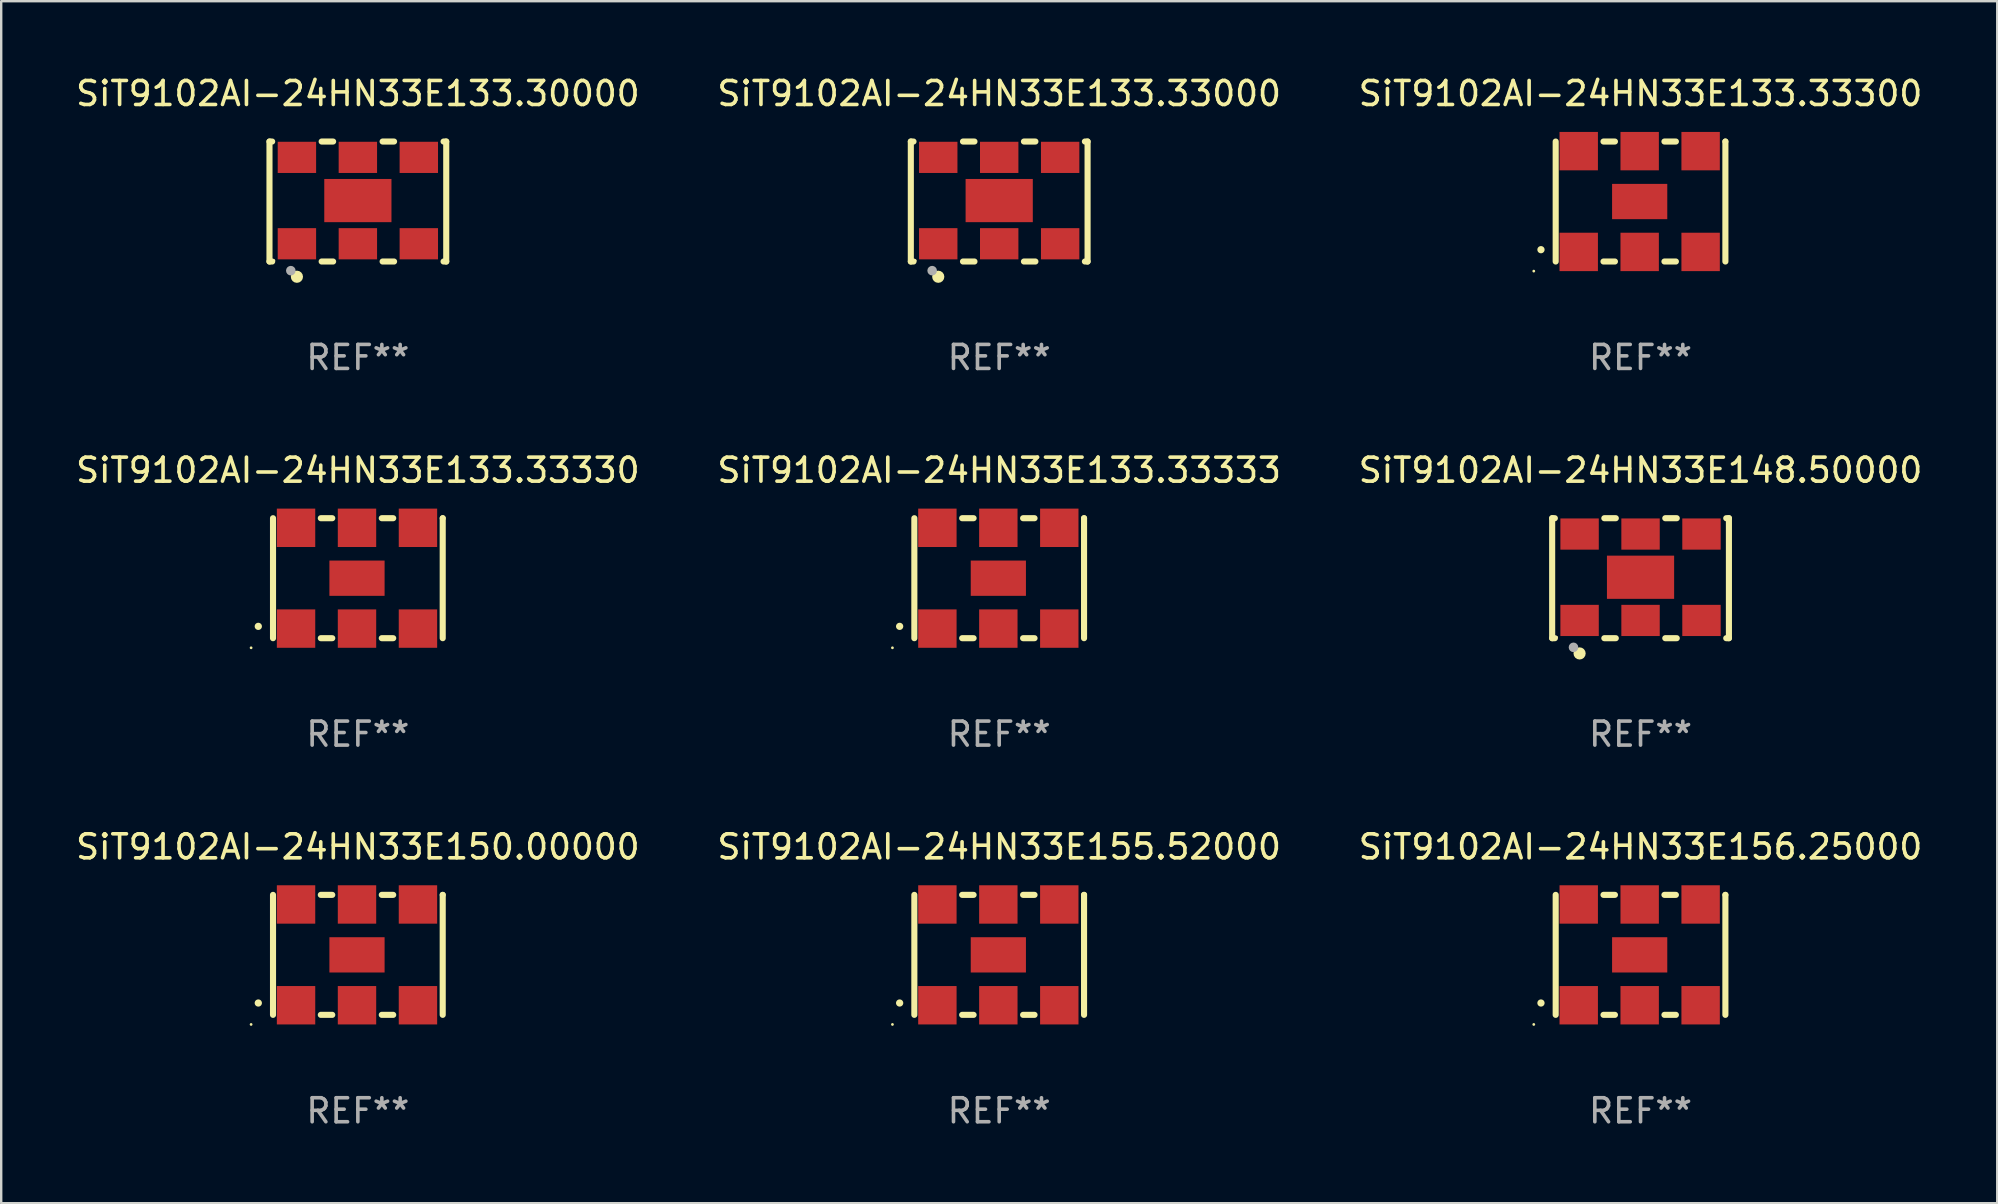
<source format=kicad_pcb>
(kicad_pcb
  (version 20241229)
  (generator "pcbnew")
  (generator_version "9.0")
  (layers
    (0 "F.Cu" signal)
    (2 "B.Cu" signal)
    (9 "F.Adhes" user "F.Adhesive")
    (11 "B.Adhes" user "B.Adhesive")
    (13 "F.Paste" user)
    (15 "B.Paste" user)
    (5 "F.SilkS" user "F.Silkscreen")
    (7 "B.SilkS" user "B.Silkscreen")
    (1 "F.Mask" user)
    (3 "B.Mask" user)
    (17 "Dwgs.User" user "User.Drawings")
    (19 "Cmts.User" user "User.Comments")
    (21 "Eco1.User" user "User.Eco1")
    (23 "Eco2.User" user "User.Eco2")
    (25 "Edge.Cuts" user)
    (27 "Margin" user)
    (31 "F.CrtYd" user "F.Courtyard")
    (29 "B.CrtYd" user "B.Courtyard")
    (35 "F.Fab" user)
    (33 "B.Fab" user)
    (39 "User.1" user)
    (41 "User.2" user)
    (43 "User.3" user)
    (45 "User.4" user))
  (footprint "SiT9102AI-24HN33E150.00000"
    (layer "F.Cu")
    (at 11.863 36.741)
    (property "Reference" "SiT9102AI-24HN33E150.00000" (at 0 -4.5 0) (layer "F.SilkS") (effects (font (size 1 1) (thickness 0.15))))
    (attr through_hole)
    (fp_line (start -3.536 -2.5) (end -3.536 2.5) (stroke (width 0.254) (type solid)) (layer "F.SilkS"))
    (fp_line (start -1.544 2.5) (end -1.067 2.5) (stroke (width 0.254) (type solid)) (layer "F.SilkS"))
    (fp_line (start -1.067 -2.5) (end -1.544 -2.5) (stroke (width 0.254) (type solid)) (layer "F.SilkS"))
    (fp_line (start 0.996 2.5) (end 1.473 2.5) (stroke (width 0.254) (type solid)) (layer "F.SilkS"))
    (fp_line (start 1.473 -2.5) (end 0.996 -2.5) (stroke (width 0.254) (type solid)) (layer "F.SilkS"))
    (fp_line (start 3.536 -2.5) (end 3.536 -2.5) (stroke (width 0.254) (type solid)) (layer "F.SilkS"))
    (fp_line (start 3.536 2.5) (end 3.536 -2.5) (stroke (width 0.254) (type solid)) (layer "F.SilkS"))
    (fp_arc (start -4.150432 2.006604) (mid -4.149162 2.006599) (end -4.147892 2.006604) (stroke (width 0.3) (type solid)) (layer "F.SilkS"))
    (fp_circle (center -4.449 2.9) (end -4.419 2.9) (stroke (width 0.06) (type solid)) (fill no) (layer "F.SilkS"))
    (fp_text user "REF**" (at 0 6.5 0) (layer "F.Fab") (effects (font (size 1 1) (thickness 0.15))))
    (pad "1" smd rect (at -2.576 2.1) (size 1.6 1.6) (layers "F.Cu" "F.Mask" "F.Paste"))
    (pad "2" smd rect (at -0.036 2.1) (size 1.6 1.6) (layers "F.Cu" "F.Mask" "F.Paste"))
    (pad "3" smd rect (at 2.504 2.1) (size 1.6 1.6) (layers "F.Cu" "F.Mask" "F.Paste"))
    (pad "4" smd rect (at 2.504 -2.1) (size 1.6 1.6) (layers "F.Cu" "F.Mask" "F.Paste"))
    (pad "5" smd rect (at -0.036 -2.1) (size 1.6 1.6) (layers "F.Cu" "F.Mask" "F.Paste"))
    (pad "6" smd rect (at -2.576 -2.1) (size 1.6 1.6) (layers "F.Cu" "F.Mask" "F.Paste"))
    (pad "7" smd rect (at -0.036 0) (size 2.3 1.47) (layers "F.Cu" "F.Mask" "F.Paste")))
  (footprint "SiT9102AI-24HN33E155.52000"
    (layer "F.Cu")
    (at 38.589 36.741)
    (property "Reference" "SiT9102AI-24HN33E155.52000" (at 0 -4.5 0) (layer "F.SilkS") (effects (font (size 1 1) (thickness 0.15))))
    (attr through_hole)
    (fp_line (start -3.536 -2.5) (end -3.536 2.5) (stroke (width 0.254) (type solid)) (layer "F.SilkS"))
    (fp_line (start -1.544 2.5) (end -1.067 2.5) (stroke (width 0.254) (type solid)) (layer "F.SilkS"))
    (fp_line (start -1.067 -2.5) (end -1.544 -2.5) (stroke (width 0.254) (type solid)) (layer "F.SilkS"))
    (fp_line (start 0.996 2.5) (end 1.473 2.5) (stroke (width 0.254) (type solid)) (layer "F.SilkS"))
    (fp_line (start 1.473 -2.5) (end 0.996 -2.5) (stroke (width 0.254) (type solid)) (layer "F.SilkS"))
    (fp_line (start 3.536 -2.5) (end 3.536 -2.5) (stroke (width 0.254) (type solid)) (layer "F.SilkS"))
    (fp_line (start 3.536 2.5) (end 3.536 -2.5) (stroke (width 0.254) (type solid)) (layer "F.SilkS"))
    (fp_arc (start -4.150432 2.006604) (mid -4.149162 2.006599) (end -4.147892 2.006604) (stroke (width 0.3) (type solid)) (layer "F.SilkS"))
    (fp_circle (center -4.449 2.9) (end -4.419 2.9) (stroke (width 0.06) (type solid)) (fill no) (layer "F.SilkS"))
    (fp_text user "REF**" (at 0 6.5 0) (layer "F.Fab") (effects (font (size 1 1) (thickness 0.15))))
    (pad "1" smd rect (at -2.576 2.1) (size 1.6 1.6) (layers "F.Cu" "F.Mask" "F.Paste"))
    (pad "2" smd rect (at -0.036 2.1) (size 1.6 1.6) (layers "F.Cu" "F.Mask" "F.Paste"))
    (pad "3" smd rect (at 2.504 2.1) (size 1.6 1.6) (layers "F.Cu" "F.Mask" "F.Paste"))
    (pad "4" smd rect (at 2.504 -2.1) (size 1.6 1.6) (layers "F.Cu" "F.Mask" "F.Paste"))
    (pad "5" smd rect (at -0.036 -2.1) (size 1.6 1.6) (layers "F.Cu" "F.Mask" "F.Paste"))
    (pad "6" smd rect (at -2.576 -2.1) (size 1.6 1.6) (layers "F.Cu" "F.Mask" "F.Paste"))
    (pad "7" smd rect (at -0.036 0) (size 2.3 1.47) (layers "F.Cu" "F.Mask" "F.Paste")))
  (footprint "SiT9102AI-24HN33E133.33000"
    (layer "F.Cu")
    (at 38.589 5.348)
    (property "Reference" "SiT9102AI-24HN33E133.33000" (at 0 -4.5 0) (layer "F.SilkS") (effects (font (size 1 1) (thickness 0.15))))
    (attr through_hole)
    (fp_line (start -3.683 -2.5) (end -3.571 -2.5) (stroke (width 0.254) (type solid)) (layer "F.SilkS"))
    (fp_line (start -3.683 2.5) (end -3.683 -2.5) (stroke (width 0.254) (type solid)) (layer "F.SilkS"))
    (fp_line (start -3.683 2.5) (end -3.571 2.5) (stroke (width 0.254) (type solid)) (layer "F.SilkS"))
    (fp_line (start -1.509 -2.5) (end -1.031 -2.5) (stroke (width 0.254) (type solid)) (layer "F.SilkS"))
    (fp_line (start -1.509 2.5) (end -1.031 2.5) (stroke (width 0.254) (type solid)) (layer "F.SilkS"))
    (fp_line (start 1.031 -2.5) (end 1.509 -2.5) (stroke (width 0.254) (type solid)) (layer "F.SilkS"))
    (fp_line (start 1.031 2.5) (end 1.509 2.5) (stroke (width 0.254) (type solid)) (layer "F.SilkS"))
    (fp_line (start 3.571 -2.5) (end 3.683 -2.5) (stroke (width 0.254) (type solid)) (layer "F.SilkS"))
    (fp_line (start 3.571 2.5) (end 3.683 2.5) (stroke (width 0.254) (type solid)) (layer "F.SilkS"))
    (fp_line (start 3.683 2.5) (end 3.683 -2.5) (stroke (width 0.254) (type solid)) (layer "F.SilkS"))
    (fp_circle (center -3.5 2.46) (end -3.47 2.46) (stroke (width 0.06) (type solid)) (fill no) (layer "F.SilkS"))
    (fp_circle (center -2.54 3.135) (end -2.413 3.135) (stroke (width 0.254) (type solid)) (fill no) (layer "F.SilkS"))
    (fp_circle (center -2.794 2.881) (end -2.694 2.881) (stroke (width 0.2) (type solid)) (fill no) (layer "F.Fab"))
    (fp_text user "REF**" (at 0 6.5 0) (layer "F.Fab") (effects (font (size 1 1) (thickness 0.15))))
    (pad "1" smd rect (at -2.54 1.76) (size 1.6 1.3) (layers "F.Cu" "F.Mask" "F.Paste"))
    (pad "2" smd rect (at 0 1.76) (size 1.6 1.3) (layers "F.Cu" "F.Mask" "F.Paste"))
    (pad "3" smd rect (at 2.54 1.76) (size 1.6 1.3) (layers "F.Cu" "F.Mask" "F.Paste"))
    (pad "4" smd rect (at 2.54 -1.84) (size 1.6 1.3) (layers "F.Cu" "F.Mask" "F.Paste"))
    (pad "5" smd rect (at 0 -1.84) (size 1.6 1.3) (layers "F.Cu" "F.Mask" "F.Paste"))
    (pad "6" smd rect (at -2.54 -1.84) (size 1.6 1.3) (layers "F.Cu" "F.Mask" "F.Paste"))
    (pad "7" smd rect (at 0 -0.04) (size 2.8 1.8) (layers "F.Cu" "F.Mask" "F.Paste")))
  (footprint "SiT9102AI-24HN33E133.33330"
    (layer "F.Cu")
    (at 11.863 21.045)
    (property "Reference" "SiT9102AI-24HN33E133.33330" (at 0 -4.5 0) (layer "F.SilkS") (effects (font (size 1 1) (thickness 0.15))))
    (attr through_hole)
    (fp_line (start -3.536 -2.5) (end -3.536 2.5) (stroke (width 0.254) (type solid)) (layer "F.SilkS"))
    (fp_line (start -1.544 2.5) (end -1.067 2.5) (stroke (width 0.254) (type solid)) (layer "F.SilkS"))
    (fp_line (start -1.067 -2.5) (end -1.544 -2.5) (stroke (width 0.254) (type solid)) (layer "F.SilkS"))
    (fp_line (start 0.996 2.5) (end 1.473 2.5) (stroke (width 0.254) (type solid)) (layer "F.SilkS"))
    (fp_line (start 1.473 -2.5) (end 0.996 -2.5) (stroke (width 0.254) (type solid)) (layer "F.SilkS"))
    (fp_line (start 3.536 -2.5) (end 3.536 -2.5) (stroke (width 0.254) (type solid)) (layer "F.SilkS"))
    (fp_line (start 3.536 2.5) (end 3.536 -2.5) (stroke (width 0.254) (type solid)) (layer "F.SilkS"))
    (fp_arc (start -4.150432 2.006604) (mid -4.149162 2.006599) (end -4.147892 2.006604) (stroke (width 0.3) (type solid)) (layer "F.SilkS"))
    (fp_circle (center -4.449 2.9) (end -4.419 2.9) (stroke (width 0.06) (type solid)) (fill no) (layer "F.SilkS"))
    (fp_text user "REF**" (at 0 6.5 0) (layer "F.Fab") (effects (font (size 1 1) (thickness 0.15))))
    (pad "1" smd rect (at -2.576 2.1) (size 1.6 1.6) (layers "F.Cu" "F.Mask" "F.Paste"))
    (pad "2" smd rect (at -0.036 2.1) (size 1.6 1.6) (layers "F.Cu" "F.Mask" "F.Paste"))
    (pad "3" smd rect (at 2.504 2.1) (size 1.6 1.6) (layers "F.Cu" "F.Mask" "F.Paste"))
    (pad "4" smd rect (at 2.504 -2.1) (size 1.6 1.6) (layers "F.Cu" "F.Mask" "F.Paste"))
    (pad "5" smd rect (at -0.036 -2.1) (size 1.6 1.6) (layers "F.Cu" "F.Mask" "F.Paste"))
    (pad "6" smd rect (at -2.576 -2.1) (size 1.6 1.6) (layers "F.Cu" "F.Mask" "F.Paste"))
    (pad "7" smd rect (at -0.036 0) (size 2.3 1.47) (layers "F.Cu" "F.Mask" "F.Paste")))
  (footprint "SiT9102AI-24HN33E133.33333"
    (layer "F.Cu")
    (at 38.589 21.045)
    (property "Reference" "SiT9102AI-24HN33E133.33333" (at 0 -4.5 0) (layer "F.SilkS") (effects (font (size 1 1) (thickness 0.15))))
    (attr through_hole)
    (fp_line (start -3.536 -2.5) (end -3.536 2.5) (stroke (width 0.254) (type solid)) (layer "F.SilkS"))
    (fp_line (start -1.544 2.5) (end -1.067 2.5) (stroke (width 0.254) (type solid)) (layer "F.SilkS"))
    (fp_line (start -1.067 -2.5) (end -1.544 -2.5) (stroke (width 0.254) (type solid)) (layer "F.SilkS"))
    (fp_line (start 0.996 2.5) (end 1.473 2.5) (stroke (width 0.254) (type solid)) (layer "F.SilkS"))
    (fp_line (start 1.473 -2.5) (end 0.996 -2.5) (stroke (width 0.254) (type solid)) (layer "F.SilkS"))
    (fp_line (start 3.536 -2.5) (end 3.536 -2.5) (stroke (width 0.254) (type solid)) (layer "F.SilkS"))
    (fp_line (start 3.536 2.5) (end 3.536 -2.5) (stroke (width 0.254) (type solid)) (layer "F.SilkS"))
    (fp_arc (start -4.150432 2.006604) (mid -4.149162 2.006599) (end -4.147892 2.006604) (stroke (width 0.3) (type solid)) (layer "F.SilkS"))
    (fp_circle (center -4.449 2.9) (end -4.419 2.9) (stroke (width 0.06) (type solid)) (fill no) (layer "F.SilkS"))
    (fp_text user "REF**" (at 0 6.5 0) (layer "F.Fab") (effects (font (size 1 1) (thickness 0.15))))
    (pad "1" smd rect (at -2.576 2.1) (size 1.6 1.6) (layers "F.Cu" "F.Mask" "F.Paste"))
    (pad "2" smd rect (at -0.036 2.1) (size 1.6 1.6) (layers "F.Cu" "F.Mask" "F.Paste"))
    (pad "3" smd rect (at 2.504 2.1) (size 1.6 1.6) (layers "F.Cu" "F.Mask" "F.Paste"))
    (pad "4" smd rect (at 2.504 -2.1) (size 1.6 1.6) (layers "F.Cu" "F.Mask" "F.Paste"))
    (pad "5" smd rect (at -0.036 -2.1) (size 1.6 1.6) (layers "F.Cu" "F.Mask" "F.Paste"))
    (pad "6" smd rect (at -2.576 -2.1) (size 1.6 1.6) (layers "F.Cu" "F.Mask" "F.Paste"))
    (pad "7" smd rect (at -0.036 0) (size 2.3 1.47) (layers "F.Cu" "F.Mask" "F.Paste")))
  (footprint "SiT9102AI-24HN33E133.30000"
    (layer "F.Cu")
    (at 11.863 5.348)
    (property "Reference" "SiT9102AI-24HN33E133.30000" (at 0 -4.5 0) (layer "F.SilkS") (effects (font (size 1 1) (thickness 0.15))))
    (attr through_hole)
    (fp_line (start -3.683 -2.5) (end -3.571 -2.5) (stroke (width 0.254) (type solid)) (layer "F.SilkS"))
    (fp_line (start -3.683 2.5) (end -3.683 -2.5) (stroke (width 0.254) (type solid)) (layer "F.SilkS"))
    (fp_line (start -3.683 2.5) (end -3.571 2.5) (stroke (width 0.254) (type solid)) (layer "F.SilkS"))
    (fp_line (start -1.509 -2.5) (end -1.031 -2.5) (stroke (width 0.254) (type solid)) (layer "F.SilkS"))
    (fp_line (start -1.509 2.5) (end -1.031 2.5) (stroke (width 0.254) (type solid)) (layer "F.SilkS"))
    (fp_line (start 1.031 -2.5) (end 1.509 -2.5) (stroke (width 0.254) (type solid)) (layer "F.SilkS"))
    (fp_line (start 1.031 2.5) (end 1.509 2.5) (stroke (width 0.254) (type solid)) (layer "F.SilkS"))
    (fp_line (start 3.571 -2.5) (end 3.683 -2.5) (stroke (width 0.254) (type solid)) (layer "F.SilkS"))
    (fp_line (start 3.571 2.5) (end 3.683 2.5) (stroke (width 0.254) (type solid)) (layer "F.SilkS"))
    (fp_line (start 3.683 2.5) (end 3.683 -2.5) (stroke (width 0.254) (type solid)) (layer "F.SilkS"))
    (fp_circle (center -3.5 2.46) (end -3.47 2.46) (stroke (width 0.06) (type solid)) (fill no) (layer "F.SilkS"))
    (fp_circle (center -2.54 3.135) (end -2.413 3.135) (stroke (width 0.254) (type solid)) (fill no) (layer "F.SilkS"))
    (fp_circle (center -2.794 2.881) (end -2.694 2.881) (stroke (width 0.2) (type solid)) (fill no) (layer "F.Fab"))
    (fp_text user "REF**" (at 0 6.5 0) (layer "F.Fab") (effects (font (size 1 1) (thickness 0.15))))
    (pad "1" smd rect (at -2.54 1.76) (size 1.6 1.3) (layers "F.Cu" "F.Mask" "F.Paste"))
    (pad "2" smd rect (at 0 1.76) (size 1.6 1.3) (layers "F.Cu" "F.Mask" "F.Paste"))
    (pad "3" smd rect (at 2.54 1.76) (size 1.6 1.3) (layers "F.Cu" "F.Mask" "F.Paste"))
    (pad "4" smd rect (at 2.54 -1.84) (size 1.6 1.3) (layers "F.Cu" "F.Mask" "F.Paste"))
    (pad "5" smd rect (at 0 -1.84) (size 1.6 1.3) (layers "F.Cu" "F.Mask" "F.Paste"))
    (pad "6" smd rect (at -2.54 -1.84) (size 1.6 1.3) (layers "F.Cu" "F.Mask" "F.Paste"))
    (pad "7" smd rect (at 0 -0.04) (size 2.8 1.8) (layers "F.Cu" "F.Mask" "F.Paste")))
  (footprint "SiT9102AI-24HN33E133.33300"
    (layer "F.Cu")
    (at 65.315 5.348)
    (property "Reference" "SiT9102AI-24HN33E133.33300" (at 0 -4.5 0) (layer "F.SilkS") (effects (font (size 1 1) (thickness 0.15))))
    (attr through_hole)
    (fp_line (start -3.536 -2.5) (end -3.536 2.5) (stroke (width 0.254) (type solid)) (layer "F.SilkS"))
    (fp_line (start -1.544 2.5) (end -1.067 2.5) (stroke (width 0.254) (type solid)) (layer "F.SilkS"))
    (fp_line (start -1.067 -2.5) (end -1.544 -2.5) (stroke (width 0.254) (type solid)) (layer "F.SilkS"))
    (fp_line (start 0.996 2.5) (end 1.473 2.5) (stroke (width 0.254) (type solid)) (layer "F.SilkS"))
    (fp_line (start 1.473 -2.5) (end 0.996 -2.5) (stroke (width 0.254) (type solid)) (layer "F.SilkS"))
    (fp_line (start 3.536 -2.5) (end 3.536 -2.5) (stroke (width 0.254) (type solid)) (layer "F.SilkS"))
    (fp_line (start 3.536 2.5) (end 3.536 -2.5) (stroke (width 0.254) (type solid)) (layer "F.SilkS"))
    (fp_arc (start -4.150432 2.006604) (mid -4.149162 2.006599) (end -4.147892 2.006604) (stroke (width 0.3) (type solid)) (layer "F.SilkS"))
    (fp_circle (center -4.449 2.9) (end -4.419 2.9) (stroke (width 0.06) (type solid)) (fill no) (layer "F.SilkS"))
    (fp_text user "REF**" (at 0 6.5 0) (layer "F.Fab") (effects (font (size 1 1) (thickness 0.15))))
    (pad "1" smd rect (at -2.576 2.1) (size 1.6 1.6) (layers "F.Cu" "F.Mask" "F.Paste"))
    (pad "2" smd rect (at -0.036 2.1) (size 1.6 1.6) (layers "F.Cu" "F.Mask" "F.Paste"))
    (pad "3" smd rect (at 2.504 2.1) (size 1.6 1.6) (layers "F.Cu" "F.Mask" "F.Paste"))
    (pad "4" smd rect (at 2.504 -2.1) (size 1.6 1.6) (layers "F.Cu" "F.Mask" "F.Paste"))
    (pad "5" smd rect (at -0.036 -2.1) (size 1.6 1.6) (layers "F.Cu" "F.Mask" "F.Paste"))
    (pad "6" smd rect (at -2.576 -2.1) (size 1.6 1.6) (layers "F.Cu" "F.Mask" "F.Paste"))
    (pad "7" smd rect (at -0.036 0) (size 2.3 1.47) (layers "F.Cu" "F.Mask" "F.Paste")))
  (footprint "SiT9102AI-24HN33E156.25000"
    (layer "F.Cu")
    (at 65.315 36.741)
    (property "Reference" "SiT9102AI-24HN33E156.25000" (at 0 -4.5 0) (layer "F.SilkS") (effects (font (size 1 1) (thickness 0.15))))
    (attr through_hole)
    (fp_line (start -3.536 -2.5) (end -3.536 2.5) (stroke (width 0.254) (type solid)) (layer "F.SilkS"))
    (fp_line (start -1.544 2.5) (end -1.067 2.5) (stroke (width 0.254) (type solid)) (layer "F.SilkS"))
    (fp_line (start -1.067 -2.5) (end -1.544 -2.5) (stroke (width 0.254) (type solid)) (layer "F.SilkS"))
    (fp_line (start 0.996 2.5) (end 1.473 2.5) (stroke (width 0.254) (type solid)) (layer "F.SilkS"))
    (fp_line (start 1.473 -2.5) (end 0.996 -2.5) (stroke (width 0.254) (type solid)) (layer "F.SilkS"))
    (fp_line (start 3.536 -2.5) (end 3.536 -2.5) (stroke (width 0.254) (type solid)) (layer "F.SilkS"))
    (fp_line (start 3.536 2.5) (end 3.536 -2.5) (stroke (width 0.254) (type solid)) (layer "F.SilkS"))
    (fp_arc (start -4.150432 2.006604) (mid -4.149162 2.006599) (end -4.147892 2.006604) (stroke (width 0.3) (type solid)) (layer "F.SilkS"))
    (fp_circle (center -4.449 2.9) (end -4.419 2.9) (stroke (width 0.06) (type solid)) (fill no) (layer "F.SilkS"))
    (fp_text user "REF**" (at 0 6.5 0) (layer "F.Fab") (effects (font (size 1 1) (thickness 0.15))))
    (pad "1" smd rect (at -2.576 2.1) (size 1.6 1.6) (layers "F.Cu" "F.Mask" "F.Paste"))
    (pad "2" smd rect (at -0.036 2.1) (size 1.6 1.6) (layers "F.Cu" "F.Mask" "F.Paste"))
    (pad "3" smd rect (at 2.504 2.1) (size 1.6 1.6) (layers "F.Cu" "F.Mask" "F.Paste"))
    (pad "4" smd rect (at 2.504 -2.1) (size 1.6 1.6) (layers "F.Cu" "F.Mask" "F.Paste"))
    (pad "5" smd rect (at -0.036 -2.1) (size 1.6 1.6) (layers "F.Cu" "F.Mask" "F.Paste"))
    (pad "6" smd rect (at -2.576 -2.1) (size 1.6 1.6) (layers "F.Cu" "F.Mask" "F.Paste"))
    (pad "7" smd rect (at -0.036 0) (size 2.3 1.47) (layers "F.Cu" "F.Mask" "F.Paste")))
  (footprint "SiT9102AI-24HN33E148.50000"
    (layer "F.Cu")
    (at 65.315 21.045)
    (property "Reference" "SiT9102AI-24HN33E148.50000" (at 0 -4.5 0) (layer "F.SilkS") (effects (font (size 1 1) (thickness 0.15))))
    (attr through_hole)
    (fp_line (start -3.683 -2.5) (end -3.571 -2.5) (stroke (width 0.254) (type solid)) (layer "F.SilkS"))
    (fp_line (start -3.683 2.5) (end -3.683 -2.5) (stroke (width 0.254) (type solid)) (layer "F.SilkS"))
    (fp_line (start -3.683 2.5) (end -3.571 2.5) (stroke (width 0.254) (type solid)) (layer "F.SilkS"))
    (fp_line (start -1.509 -2.5) (end -1.031 -2.5) (stroke (width 0.254) (type solid)) (layer "F.SilkS"))
    (fp_line (start -1.509 2.5) (end -1.031 2.5) (stroke (width 0.254) (type solid)) (layer "F.SilkS"))
    (fp_line (start 1.031 -2.5) (end 1.509 -2.5) (stroke (width 0.254) (type solid)) (layer "F.SilkS"))
    (fp_line (start 1.031 2.5) (end 1.509 2.5) (stroke (width 0.254) (type solid)) (layer "F.SilkS"))
    (fp_line (start 3.571 -2.5) (end 3.683 -2.5) (stroke (width 0.254) (type solid)) (layer "F.SilkS"))
    (fp_line (start 3.571 2.5) (end 3.683 2.5) (stroke (width 0.254) (type solid)) (layer "F.SilkS"))
    (fp_line (start 3.683 2.5) (end 3.683 -2.5) (stroke (width 0.254) (type solid)) (layer "F.SilkS"))
    (fp_circle (center -3.5 2.46) (end -3.47 2.46) (stroke (width 0.06) (type solid)) (fill no) (layer "F.SilkS"))
    (fp_circle (center -2.54 3.135) (end -2.413 3.135) (stroke (width 0.254) (type solid)) (fill no) (layer "F.SilkS"))
    (fp_circle (center -2.794 2.881) (end -2.694 2.881) (stroke (width 0.2) (type solid)) (fill no) (layer "F.Fab"))
    (fp_text user "REF**" (at 0 6.5 0) (layer "F.Fab") (effects (font (size 1 1) (thickness 0.15))))
    (pad "1" smd rect (at -2.54 1.76) (size 1.6 1.3) (layers "F.Cu" "F.Mask" "F.Paste"))
    (pad "2" smd rect (at 0 1.76) (size 1.6 1.3) (layers "F.Cu" "F.Mask" "F.Paste"))
    (pad "3" smd rect (at 2.54 1.76) (size 1.6 1.3) (layers "F.Cu" "F.Mask" "F.Paste"))
    (pad "4" smd rect (at 2.54 -1.84) (size 1.6 1.3) (layers "F.Cu" "F.Mask" "F.Paste"))
    (pad "5" smd rect (at 0 -1.84) (size 1.6 1.3) (layers "F.Cu" "F.Mask" "F.Paste"))
    (pad "6" smd rect (at -2.54 -1.84) (size 1.6 1.3) (layers "F.Cu" "F.Mask" "F.Paste"))
    (pad "7" smd rect (at 0 -0.04) (size 2.8 1.8) (layers "F.Cu" "F.Mask" "F.Paste")))
  (gr_rect
    (start -3 -3)
    (end 80.179 47.09)
    (stroke (width 0.1) (type default))
    (fill no)
    (layer "Edge.Cuts")))
</source>
